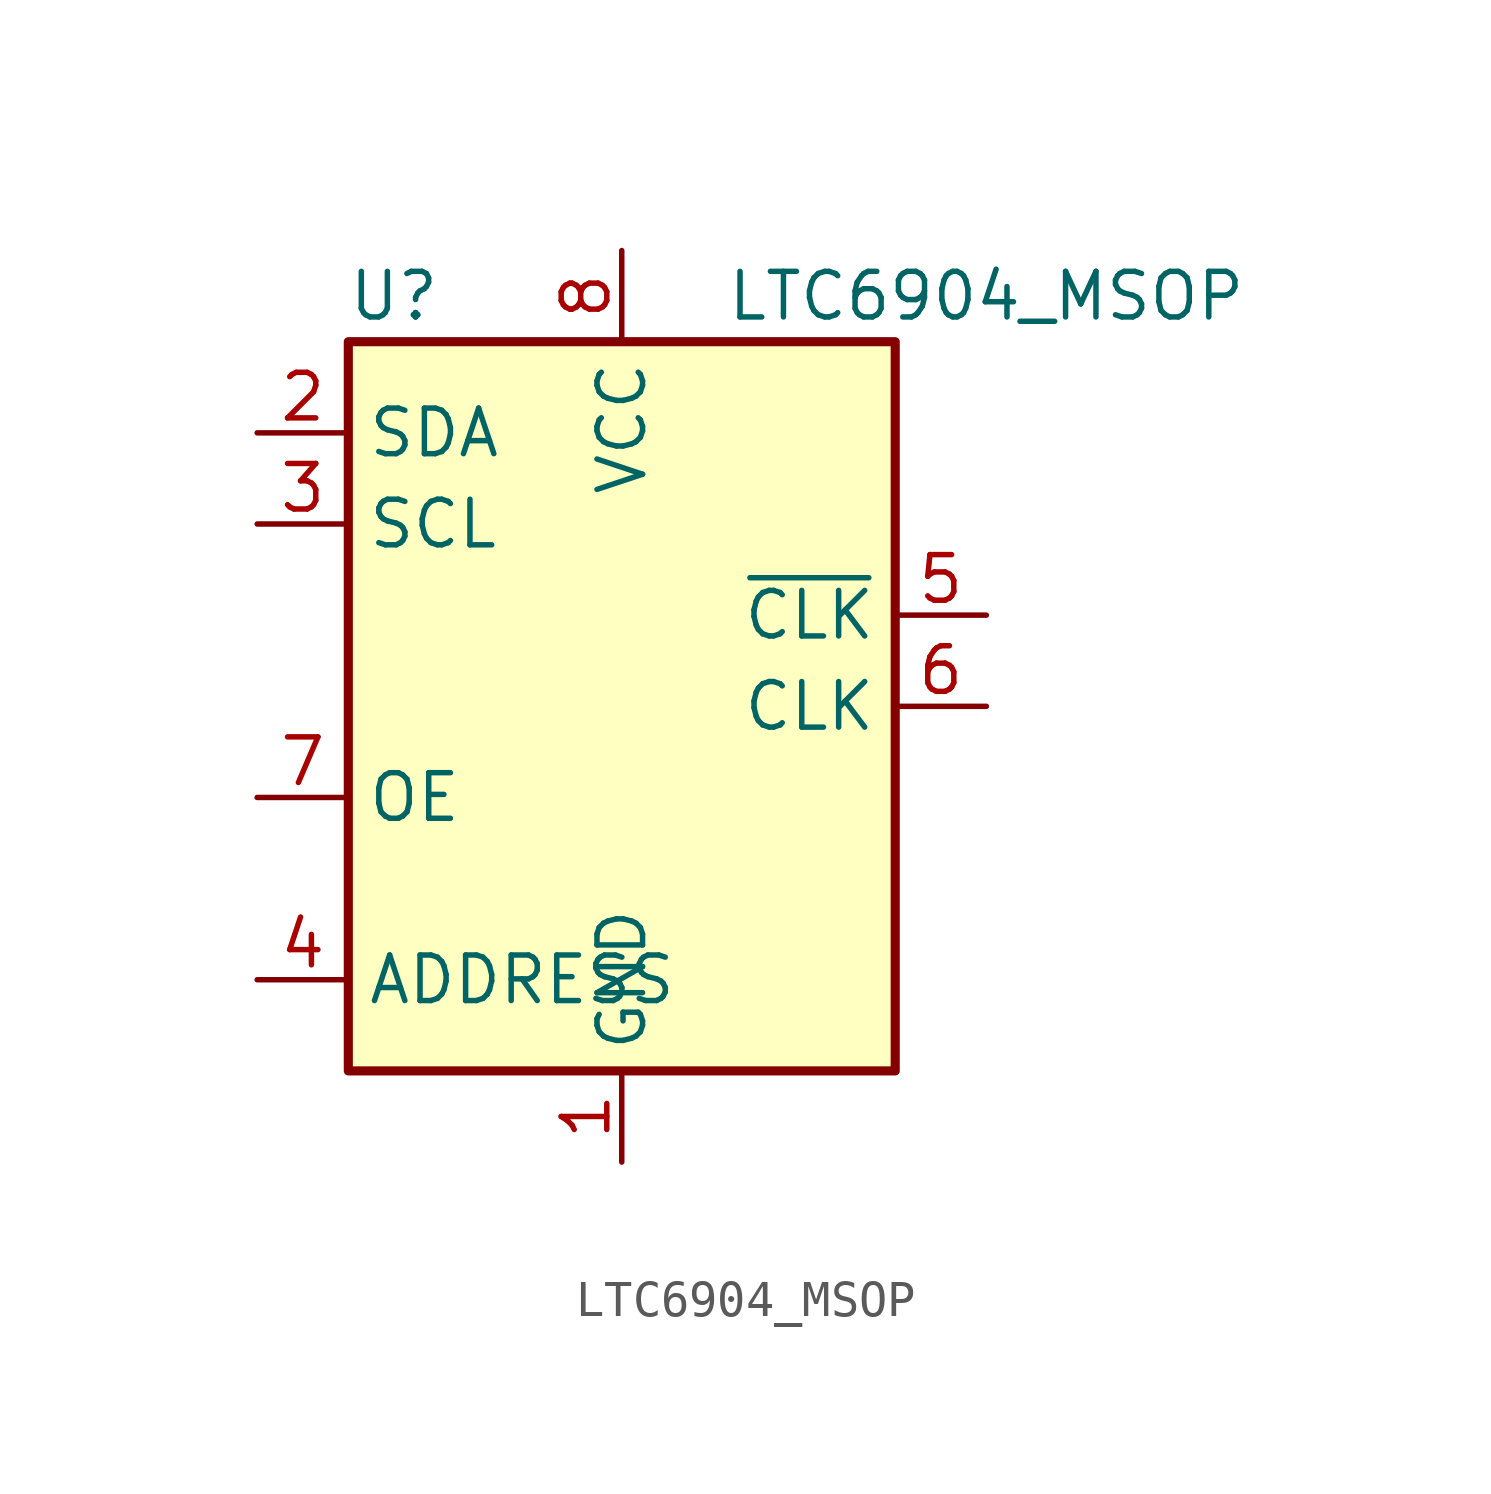
<source format=kicad_sym>
(kicad_symbol_lib
  (version 20220914)
  (generator kicad_symbol_editor)
  (symbol "LTC6904_MSOP"
    (property "Reference" "U"
      (at -6.35 11.43 0)
      (effects (font (size 1.27 1.27))))
    (property "Value" "LTC6904_MSOP"
      (at 10.16 11.43 0)
      (effects (font (size 1.27 1.27))))
    (symbol "LTC6904_MSOP_0_1"
      (rectangle (start -7.62 10.16) (end 7.62 -10.16) (stroke (width 0.254) (type default)) (fill (type background))))
    (symbol "LTC6904_MSOP_1_1"
      (pin power_in line (at 0 -12.7 90) (length 2.54) (name "GND" (effects (font (size 1.27 1.27)))) (number "1" (effects (font (size 1.27 1.27)))))
      (pin bidirectional line (at -10.16 7.62 0) (length 2.54) (name "SDA" (effects (font (size 1.27 1.27)))) (number "2" (effects (font (size 1.27 1.27)))))
      (pin input line (at -10.16 5.08 0) (length 2.54) (name "SCL" (effects (font (size 1.27 1.27)))) (number "3" (effects (font (size 1.27 1.27)))))
      (pin input line (at -10.16 -7.62 0) (length 2.54) (name "ADDRESS" (effects (font (size 1.27 1.27)))) (number "4" (effects (font (size 1.27 1.27)))))
      (pin output line (at 10.16 2.54 180) (length 2.54) (name "~{CLK}" (effects (font (size 1.27 1.27)))) (number "5" (effects (font (size 1.27 1.27)))))
      (pin output line (at 10.16 0 180) (length 2.54) (name "CLK" (effects (font (size 1.27 1.27)))) (number "6" (effects (font (size 1.27 1.27)))))
      (pin input line (at -10.16 -2.54 0) (length 2.54) (name "OE" (effects (font (size 1.27 1.27)))) (number "7" (effects (font (size 1.27 1.27)))))
      (pin power_in line (at 0 12.7 270) (length 2.54) (name "VCC" (effects (font (size 1.27 1.27)))) (number "8" (effects (font (size 1.27 1.27))))))))
</source>
